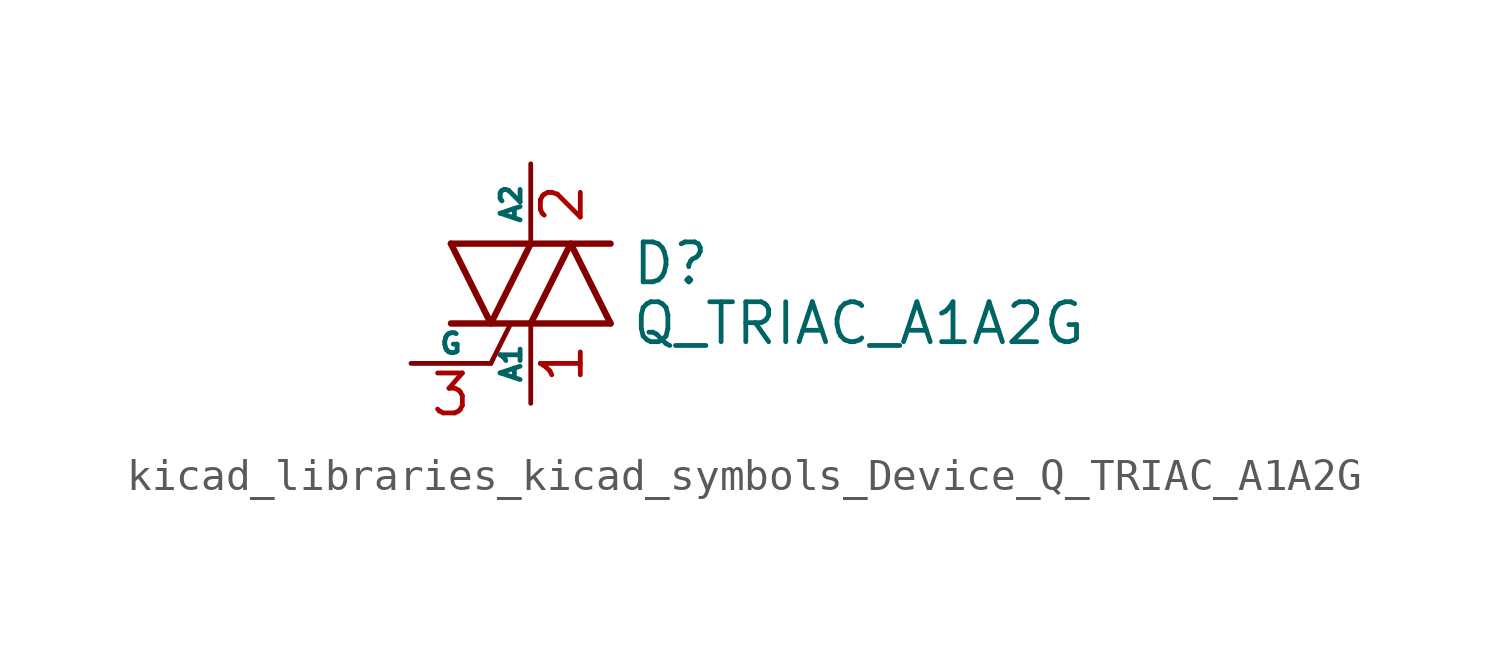
<source format=kicad_sym>
(kicad_symbol_lib
  (version 20220914)
  (generator kicad_symbol_editor)
  (symbol "kicad_libraries_kicad_symbols_Device_Q_TRIAC_A1A2G"
    (pin_names
      (offset 0))
    (property "Reference" "D"
      (at 3.175 0.635 0)
      (effects (font (size 1.27 1.27)) (justify left)))
    (property "Value" "Q_TRIAC_A1A2G"
      (at 3.175 -1.27 0)
      (effects (font (size 1.27 1.27)) (justify left)))
    (symbol "kicad_libraries_kicad_symbols_Device_Q_TRIAC_A1A2G_0_1"
      (polyline (pts (xy -2.54 -1.27) (xy 2.54 -1.27)) (stroke (width 0.203) (type default)) (fill (type none)))
      (polyline (pts (xy -2.54 1.27) (xy 2.54 1.27)) (stroke (width 0.203) (type default)) (fill (type none)))
      (polyline (pts (xy -1.27 -2.54) (xy -0.635 -1.27)) (stroke (width 0) (type default)) (fill (type none)))
      (polyline (pts (xy -2.54 1.27) (xy -1.27 -1.27) (xy 0 1.27)) (stroke (width 0.203) (type default)) (fill (type none)))
      (polyline (pts (xy 0 -1.27) (xy 1.27 1.27) (xy 2.54 -1.27)) (stroke (width 0.203) (type default)) (fill (type none))))
    (symbol "kicad_libraries_kicad_symbols_Device_Q_TRIAC_A1A2G_1_1"
      (pin passive line (at 0 -3.81 90) (length 2.54) (name "A1" (effects (font (size 0.635 0.635)))) (number "1" (effects (font (size 1.27 1.27)))))
      (pin passive line (at 0 3.81 270) (length 2.54) (name "A2" (effects (font (size 0.635 0.635)))) (number "2" (effects (font (size 1.27 1.27)))))
      (pin input line (at -3.81 -2.54 0) (length 2.54) (name "G" (effects (font (size 0.635 0.635)))) (number "3" (effects (font (size 1.27 1.27))))))))
</source>
